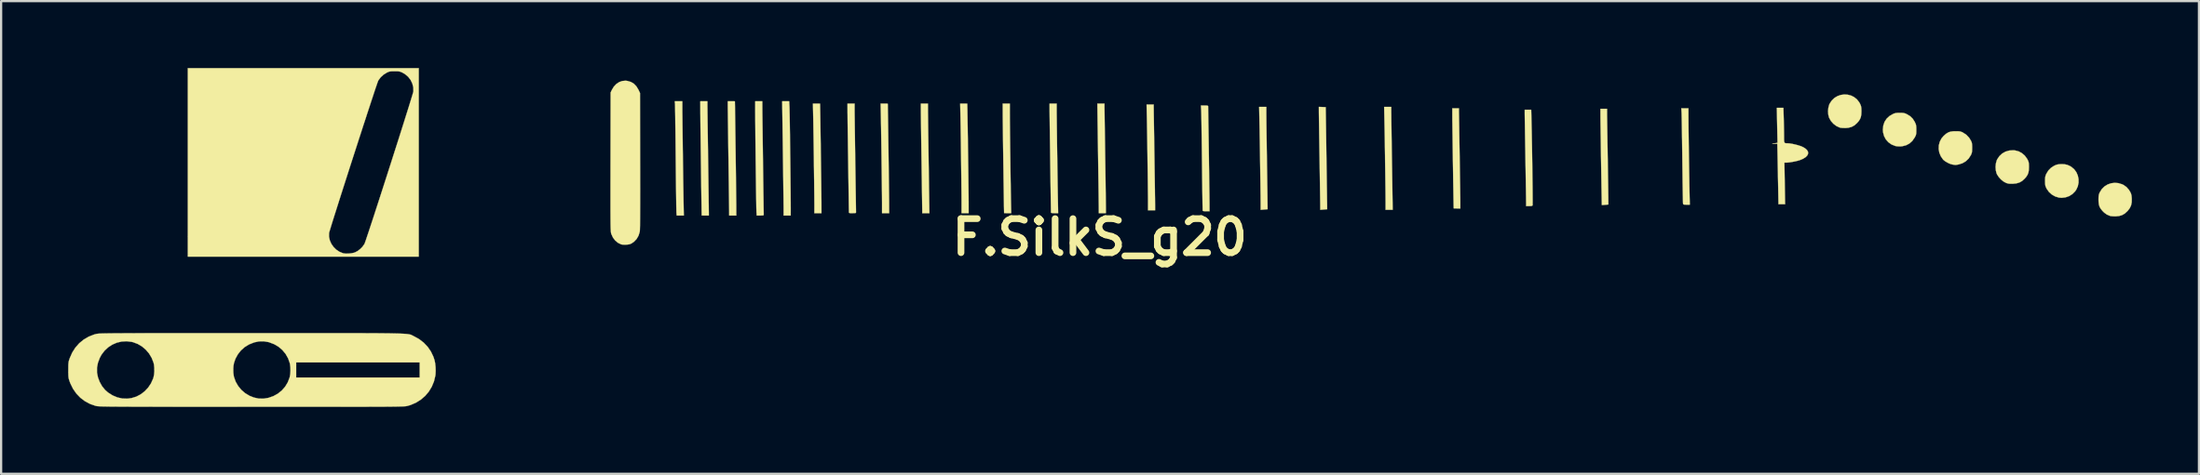
<source format=kicad_pcb>
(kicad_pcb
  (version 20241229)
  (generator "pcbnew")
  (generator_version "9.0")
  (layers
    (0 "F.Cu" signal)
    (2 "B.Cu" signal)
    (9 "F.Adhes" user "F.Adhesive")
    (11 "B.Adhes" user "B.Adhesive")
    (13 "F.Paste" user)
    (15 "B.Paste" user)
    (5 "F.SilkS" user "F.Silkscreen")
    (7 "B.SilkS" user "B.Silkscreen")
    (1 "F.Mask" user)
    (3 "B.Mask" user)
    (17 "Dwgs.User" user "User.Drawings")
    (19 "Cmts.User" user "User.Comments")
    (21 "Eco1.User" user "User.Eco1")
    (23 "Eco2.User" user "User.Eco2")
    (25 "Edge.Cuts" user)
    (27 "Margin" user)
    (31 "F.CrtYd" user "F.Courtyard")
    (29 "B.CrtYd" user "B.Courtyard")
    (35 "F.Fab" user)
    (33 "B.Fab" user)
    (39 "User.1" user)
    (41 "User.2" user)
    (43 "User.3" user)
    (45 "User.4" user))
  (footprint "F.SilkS_g20"
    (layer "F.Cu")
    (at 46.138 7.583)
    (property "Reference" "F.SilkS_g20" (at 0 0 0) (layer "F.SilkS") (effects (font (size 1.524 1.524) (thickness 0.3))))
    (attr through_hole)
    (fp_poly (pts (xy 33.452 -6.39) (xy 33.602 -6.351) (xy 33.741 -6.282) (xy 33.866 -6.182) (xy 33.968 -6.052) (xy 34.012 -5.972) (xy 34.038 -5.91) (xy 34.055 -5.852) (xy 34.064 -5.786) (xy 34.067 -5.698) (xy 34.068 -5.641) (xy 34.062 -5.499) (xy 34.041 -5.385) (xy 34.001 -5.287) (xy 33.938 -5.194) (xy 33.876 -5.123) (xy 33.758 -5.017) (xy 33.63 -4.946) (xy 33.484 -4.907) (xy 33.36 -4.896) (xy 33.239 -4.897) (xy 33.138 -4.907) (xy 33.09 -4.919) (xy 32.944 -4.987) (xy 32.812 -5.089) (xy 32.701 -5.215) (xy 32.623 -5.357) (xy 32.617 -5.372) (xy 32.585 -5.503) (xy 32.575 -5.651) (xy 32.589 -5.8) (xy 32.624 -5.935) (xy 32.646 -5.986) (xy 32.742 -6.129) (xy 32.86 -6.243) (xy 32.995 -6.325) (xy 33.143 -6.377) (xy 33.297 -6.399) (xy 33.452 -6.39)) (stroke (width 0.01) (type solid)) (fill yes) (layer "F.SilkS"))
    (fp_poly (pts (xy 40.941 -3.891) (xy 41.099 -3.85) (xy 41.246 -3.771) (xy 41.373 -3.661) (xy 41.476 -3.522) (xy 41.504 -3.471) (xy 41.531 -3.411) (xy 41.548 -3.357) (xy 41.557 -3.294) (xy 41.56 -3.21) (xy 41.561 -3.143) (xy 41.555 -3.001) (xy 41.534 -2.887) (xy 41.494 -2.79) (xy 41.431 -2.696) (xy 41.369 -2.626) (xy 41.255 -2.522) (xy 41.133 -2.453) (xy 40.994 -2.413) (xy 40.842 -2.398) (xy 40.736 -2.397) (xy 40.657 -2.403) (xy 40.59 -2.418) (xy 40.535 -2.437) (xy 40.419 -2.5) (xy 40.306 -2.593) (xy 40.207 -2.703) (xy 40.132 -2.82) (xy 40.111 -2.868) (xy 40.078 -3.004) (xy 40.068 -3.155) (xy 40.082 -3.306) (xy 40.119 -3.442) (xy 40.139 -3.488) (xy 40.238 -3.636) (xy 40.363 -3.753) (xy 40.511 -3.837) (xy 40.678 -3.886) (xy 40.859 -3.898) (xy 40.941 -3.891)) (stroke (width 0.01) (type solid)) (fill yes) (layer "F.SilkS"))
    (fp_poly (pts (xy 43.141 -3.274) (xy 43.278 -3.244) (xy 43.409 -3.185) (xy 43.463 -3.151) (xy 43.587 -3.045) (xy 43.682 -2.914) (xy 43.746 -2.766) (xy 43.779 -2.607) (xy 43.779 -2.443) (xy 43.746 -2.283) (xy 43.678 -2.133) (xy 43.625 -2.057) (xy 43.502 -1.934) (xy 43.356 -1.843) (xy 43.194 -1.787) (xy 43.023 -1.768) (xy 42.902 -1.778) (xy 42.737 -1.827) (xy 42.586 -1.913) (xy 42.456 -2.029) (xy 42.356 -2.171) (xy 42.343 -2.195) (xy 42.313 -2.26) (xy 42.295 -2.316) (xy 42.285 -2.38) (xy 42.282 -2.464) (xy 42.281 -2.519) (xy 42.282 -2.621) (xy 42.289 -2.696) (xy 42.303 -2.756) (xy 42.326 -2.818) (xy 42.336 -2.839) (xy 42.427 -2.99) (xy 42.546 -3.111) (xy 42.677 -3.197) (xy 42.757 -3.236) (xy 42.829 -3.259) (xy 42.911 -3.272) (xy 42.982 -3.277) (xy 43.141 -3.274)) (stroke (width 0.01) (type solid)) (fill yes) (layer "F.SilkS"))
    (fp_poly (pts (xy 45.564 -2.425) (xy 45.731 -2.373) (xy 45.79 -2.344) (xy 45.923 -2.251) (xy 46.034 -2.125) (xy 46.102 -2.011) (xy 46.13 -1.944) (xy 46.148 -1.866) (xy 46.158 -1.764) (xy 46.16 -1.725) (xy 46.157 -1.564) (xy 46.129 -1.429) (xy 46.073 -1.308) (xy 45.985 -1.191) (xy 45.971 -1.176) (xy 45.854 -1.067) (xy 45.73 -0.994) (xy 45.59 -0.952) (xy 45.447 -0.938) (xy 45.325 -0.939) (xy 45.224 -0.949) (xy 45.177 -0.961) (xy 45.043 -1.019) (xy 44.924 -1.106) (xy 44.853 -1.176) (xy 44.774 -1.272) (xy 44.72 -1.366) (xy 44.689 -1.468) (xy 44.675 -1.592) (xy 44.672 -1.683) (xy 44.674 -1.787) (xy 44.68 -1.863) (xy 44.692 -1.923) (xy 44.713 -1.98) (xy 44.727 -2.011) (xy 44.818 -2.157) (xy 44.936 -2.275) (xy 45.076 -2.363) (xy 45.23 -2.418) (xy 45.395 -2.44) (xy 45.564 -2.425)) (stroke (width 0.01) (type solid)) (fill yes) (layer "F.SilkS"))
    (fp_poly (pts (xy 35.884 -5.575) (xy 35.958 -5.567) (xy 36.021 -5.551) (xy 36.086 -5.523) (xy 36.089 -5.522) (xy 36.24 -5.432) (xy 36.358 -5.319) (xy 36.449 -5.178) (xy 36.453 -5.169) (xy 36.486 -5.1) (xy 36.506 -5.043) (xy 36.517 -4.985) (xy 36.522 -4.911) (xy 36.523 -4.816) (xy 36.522 -4.716) (xy 36.518 -4.646) (xy 36.507 -4.592) (xy 36.487 -4.54) (xy 36.455 -4.478) (xy 36.45 -4.47) (xy 36.347 -4.32) (xy 36.219 -4.204) (xy 36.069 -4.124) (xy 35.898 -4.08) (xy 35.83 -4.073) (xy 35.724 -4.072) (xy 35.626 -4.082) (xy 35.58 -4.092) (xy 35.413 -4.159) (xy 35.272 -4.259) (xy 35.16 -4.385) (xy 35.081 -4.536) (xy 35.036 -4.705) (xy 35.028 -4.826) (xy 35.047 -5.01) (xy 35.103 -5.173) (xy 35.195 -5.314) (xy 35.322 -5.433) (xy 35.474 -5.522) (xy 35.542 -5.55) (xy 35.606 -5.567) (xy 35.681 -5.575) (xy 35.782 -5.577) (xy 35.884 -5.575)) (stroke (width 0.01) (type solid)) (fill yes) (layer "F.SilkS"))
    (fp_poly (pts (xy 38.382 -4.751) (xy 38.454 -4.746) (xy 38.511 -4.734) (xy 38.565 -4.714) (xy 38.611 -4.691) (xy 38.76 -4.593) (xy 38.884 -4.462) (xy 38.961 -4.339) (xy 38.989 -4.28) (xy 39.007 -4.227) (xy 39.016 -4.168) (xy 39.02 -4.089) (xy 39.021 -4.011) (xy 39.019 -3.908) (xy 39.014 -3.834) (xy 39.002 -3.776) (xy 38.981 -3.72) (xy 38.964 -3.683) (xy 38.866 -3.53) (xy 38.74 -3.408) (xy 38.588 -3.318) (xy 38.416 -3.263) (xy 38.407 -3.262) (xy 38.337 -3.249) (xy 38.288 -3.243) (xy 38.245 -3.244) (xy 38.19 -3.252) (xy 38.138 -3.26) (xy 38.039 -3.288) (xy 37.929 -3.337) (xy 37.824 -3.398) (xy 37.74 -3.463) (xy 37.718 -3.486) (xy 37.618 -3.63) (xy 37.553 -3.788) (xy 37.524 -3.952) (xy 37.53 -4.118) (xy 37.572 -4.279) (xy 37.648 -4.427) (xy 37.753 -4.551) (xy 37.854 -4.638) (xy 37.948 -4.696) (xy 38.048 -4.732) (xy 38.166 -4.749) (xy 38.28 -4.752) (xy 38.382 -4.751)) (stroke (width 0.01) (type solid)) (fill yes) (layer "F.SilkS"))
    (fp_poly (pts (xy 10.107 -5.831) (xy 10.14 -3.545) (xy 10.144 -3.238) (xy 10.149 -2.943) (xy 10.153 -2.663) (xy 10.156 -2.4) (xy 10.16 -2.157) (xy 10.163 -1.938) (xy 10.165 -1.744) (xy 10.168 -1.579) (xy 10.17 -1.445) (xy 10.171 -1.345) (xy 10.172 -1.281) (xy 10.172 -1.257) (xy 10.172 -1.257) (xy 10.152 -1.254) (xy 10.1 -1.249) (xy 10.028 -1.243) (xy 10.017 -1.242) (xy 9.864 -1.23) (xy 9.863 -1.393) (xy 9.863 -1.438) (xy 9.862 -1.522) (xy 9.86 -1.641) (xy 9.858 -1.793) (xy 9.855 -1.975) (xy 9.852 -2.182) (xy 9.849 -2.412) (xy 9.845 -2.662) (xy 9.841 -2.928) (xy 9.837 -3.206) (xy 9.832 -3.494) (xy 9.832 -3.524) (xy 9.827 -3.814) (xy 9.823 -4.094) (xy 9.819 -4.362) (xy 9.815 -4.614) (xy 9.812 -4.848) (xy 9.809 -5.059) (xy 9.806 -5.244) (xy 9.804 -5.401) (xy 9.802 -5.526) (xy 9.801 -5.615) (xy 9.801 -5.666) (xy 9.801 -5.668) (xy 9.8 -5.844) (xy 10.107 -5.831)) (stroke (width 0.01) (type solid)) (fill yes) (layer "F.SilkS"))
    (fp_poly (pts (xy -1.926 -5.699) (xy -1.926 -5.619) (xy -1.925 -5.501) (xy -1.923 -5.349) (xy -1.921 -5.167) (xy -1.919 -4.959) (xy -1.916 -4.729) (xy -1.913 -4.482) (xy -1.91 -4.22) (xy -1.906 -3.949) (xy -1.902 -3.673) (xy -1.898 -3.395) (xy -1.894 -3.12) (xy -1.89 -2.852) (xy -1.886 -2.595) (xy -1.883 -2.352) (xy -1.879 -2.129) (xy -1.876 -1.929) (xy -1.873 -1.773) (xy -1.86 -1.079) (xy -2.02 -1.079) (xy -2.11 -1.082) (xy -2.162 -1.09) (xy -2.18 -1.104) (xy -2.181 -1.106) (xy -2.183 -1.274) (xy -2.186 -1.469) (xy -2.19 -1.688) (xy -2.193 -1.927) (xy -2.197 -2.182) (xy -2.201 -2.451) (xy -2.205 -2.73) (xy -2.209 -3.014) (xy -2.213 -3.302) (xy -2.217 -3.588) (xy -2.22 -3.87) (xy -2.224 -4.145) (xy -2.228 -4.408) (xy -2.231 -4.656) (xy -2.234 -4.886) (xy -2.237 -5.094) (xy -2.239 -5.276) (xy -2.241 -5.43) (xy -2.242 -5.551) (xy -2.243 -5.637) (xy -2.243 -5.678) (xy -2.244 -5.99) (xy -1.926 -5.99) (xy -1.926 -5.699)) (stroke (width 0.01) (type solid)) (fill yes) (layer "F.SilkS"))
    (fp_poly (pts (xy 2.413 -5.837) (xy 2.414 -5.8) (xy 2.415 -5.724) (xy 2.416 -5.612) (xy 2.418 -5.466) (xy 2.421 -5.291) (xy 2.424 -5.089) (xy 2.427 -4.864) (xy 2.431 -4.617) (xy 2.435 -4.353) (xy 2.439 -4.075) (xy 2.443 -3.785) (xy 2.445 -3.683) (xy 2.449 -3.387) (xy 2.453 -3.1) (xy 2.457 -2.824) (xy 2.461 -2.563) (xy 2.465 -2.321) (xy 2.468 -2.1) (xy 2.47 -1.904) (xy 2.473 -1.736) (xy 2.474 -1.599) (xy 2.475 -1.498) (xy 2.476 -1.434) (xy 2.476 -1.423) (xy 2.477 -1.206) (xy 2.159 -1.206) (xy 2.159 -1.582) (xy 2.159 -1.677) (xy 2.158 -1.81) (xy 2.156 -1.976) (xy 2.154 -2.171) (xy 2.152 -2.39) (xy 2.149 -2.63) (xy 2.146 -2.886) (xy 2.142 -3.153) (xy 2.138 -3.427) (xy 2.135 -3.703) (xy 2.131 -3.977) (xy 2.127 -4.245) (xy 2.123 -4.502) (xy 2.119 -4.744) (xy 2.115 -4.966) (xy 2.112 -5.164) (xy 2.109 -5.333) (xy 2.107 -5.413) (xy 2.096 -5.948) (xy 2.413 -5.948) (xy 2.413 -5.837)) (stroke (width 0.01) (type solid)) (fill yes) (layer "F.SilkS"))
    (fp_poly (pts (xy 13.039 -5.604) (xy 13.04 -5.548) (xy 13.041 -5.453) (xy 13.042 -5.323) (xy 13.044 -5.16) (xy 13.047 -4.969) (xy 13.05 -4.753) (xy 13.053 -4.514) (xy 13.057 -4.257) (xy 13.061 -3.985) (xy 13.065 -3.702) (xy 13.07 -3.41) (xy 13.07 -3.376) (xy 13.075 -3.088) (xy 13.079 -2.81) (xy 13.083 -2.547) (xy 13.087 -2.3) (xy 13.09 -2.074) (xy 13.093 -1.871) (xy 13.096 -1.694) (xy 13.098 -1.546) (xy 13.1 -1.431) (xy 13.101 -1.352) (xy 13.102 -1.311) (xy 13.102 -1.307) (xy 13.102 -1.228) (xy 12.785 -1.228) (xy 12.785 -1.58) (xy 12.784 -1.673) (xy 12.783 -1.803) (xy 12.782 -1.967) (xy 12.78 -2.16) (xy 12.777 -2.377) (xy 12.774 -2.614) (xy 12.771 -2.867) (xy 12.767 -3.13) (xy 12.763 -3.4) (xy 12.76 -3.672) (xy 12.756 -3.942) (xy 12.752 -4.204) (xy 12.748 -4.455) (xy 12.744 -4.691) (xy 12.74 -4.905) (xy 12.736 -5.095) (xy 12.733 -5.256) (xy 12.732 -5.308) (xy 12.721 -5.842) (xy 13.039 -5.842) (xy 13.039 -5.604)) (stroke (width 0.01) (type solid)) (fill yes) (layer "F.SilkS"))
    (fp_poly (pts (xy 7.451 -5.487) (xy 7.452 -5.413) (xy 7.453 -5.3) (xy 7.454 -5.153) (xy 7.456 -4.974) (xy 7.459 -4.767) (xy 7.462 -4.537) (xy 7.466 -4.287) (xy 7.469 -4.021) (xy 7.473 -3.743) (xy 7.478 -3.455) (xy 7.481 -3.196) (xy 7.486 -2.914) (xy 7.49 -2.644) (xy 7.493 -2.389) (xy 7.497 -2.153) (xy 7.5 -1.937) (xy 7.502 -1.746) (xy 7.504 -1.582) (xy 7.506 -1.449) (xy 7.507 -1.348) (xy 7.508 -1.283) (xy 7.507 -1.258) (xy 7.507 -1.257) (xy 7.486 -1.254) (xy 7.433 -1.249) (xy 7.36 -1.243) (xy 7.35 -1.242) (xy 7.197 -1.23) (xy 7.197 -1.52) (xy 7.196 -1.601) (xy 7.195 -1.72) (xy 7.194 -1.873) (xy 7.191 -2.056) (xy 7.189 -2.264) (xy 7.186 -2.493) (xy 7.182 -2.738) (xy 7.179 -2.996) (xy 7.175 -3.263) (xy 7.171 -3.533) (xy 7.167 -3.803) (xy 7.163 -4.068) (xy 7.159 -4.325) (xy 7.154 -4.568) (xy 7.151 -4.794) (xy 7.147 -4.998) (xy 7.143 -5.177) (xy 7.143 -5.191) (xy 7.13 -5.842) (xy 7.451 -5.842) (xy 7.451 -5.487)) (stroke (width 0.01) (type solid)) (fill yes) (layer "F.SilkS"))
    (fp_poly (pts (xy -18.669 -5.772) (xy -18.669 -5.687) (xy -18.668 -5.563) (xy -18.666 -5.405) (xy -18.664 -5.218) (xy -18.662 -5.004) (xy -18.659 -4.768) (xy -18.656 -4.514) (xy -18.653 -4.247) (xy -18.65 -3.97) (xy -18.646 -3.688) (xy -18.642 -3.404) (xy -18.638 -3.123) (xy -18.634 -2.848) (xy -18.631 -2.584) (xy -18.627 -2.336) (xy -18.623 -2.106) (xy -18.62 -1.899) (xy -18.617 -1.719) (xy -18.616 -1.656) (xy -18.603 -0.974) (xy -18.92 -0.974) (xy -18.931 -1.064) (xy -18.933 -1.096) (xy -18.935 -1.169) (xy -18.937 -1.278) (xy -18.94 -1.421) (xy -18.942 -1.595) (xy -18.945 -1.797) (xy -18.948 -2.024) (xy -18.952 -2.275) (xy -18.955 -2.545) (xy -18.958 -2.831) (xy -18.961 -3.132) (xy -18.964 -3.445) (xy -18.965 -3.514) (xy -18.968 -3.829) (xy -18.971 -4.133) (xy -18.974 -4.424) (xy -18.977 -4.7) (xy -18.981 -4.956) (xy -18.984 -5.19) (xy -18.986 -5.4) (xy -18.989 -5.583) (xy -18.992 -5.735) (xy -18.994 -5.854) (xy -18.996 -5.937) (xy -18.997 -5.981) (xy -18.998 -5.985) (xy -19.008 -6.096) (xy -18.669 -6.096) (xy -18.669 -5.772)) (stroke (width 0.01) (type solid)) (fill yes) (layer "F.SilkS"))
    (fp_poly (pts (xy -4.022 -5.572) (xy -4.021 -5.475) (xy -4.021 -5.34) (xy -4.019 -5.171) (xy -4.017 -4.973) (xy -4.015 -4.75) (xy -4.012 -4.507) (xy -4.009 -4.247) (xy -4.006 -3.976) (xy -4.002 -3.697) (xy -3.998 -3.416) (xy -3.995 -3.135) (xy -3.991 -2.86) (xy -3.987 -2.596) (xy -3.983 -2.345) (xy -3.98 -2.114) (xy -3.976 -1.905) (xy -3.973 -1.725) (xy -3.97 -1.582) (xy -3.96 -1.079) (xy -4.118 -1.079) (xy -4.194 -1.08) (xy -4.25 -1.082) (xy -4.276 -1.084) (xy -4.277 -1.085) (xy -4.278 -1.108) (xy -4.279 -1.17) (xy -4.281 -1.267) (xy -4.284 -1.396) (xy -4.286 -1.555) (xy -4.289 -1.738) (xy -4.292 -1.944) (xy -4.295 -2.168) (xy -4.299 -2.407) (xy -4.303 -2.658) (xy -4.306 -2.917) (xy -4.31 -3.181) (xy -4.314 -3.447) (xy -4.317 -3.711) (xy -4.321 -3.97) (xy -4.324 -4.22) (xy -4.327 -4.458) (xy -4.33 -4.681) (xy -4.332 -4.885) (xy -4.334 -5.066) (xy -4.336 -5.222) (xy -4.337 -5.349) (xy -4.338 -5.443) (xy -4.338 -5.487) (xy -4.339 -5.99) (xy -4.022 -5.99) (xy -4.022 -5.572)) (stroke (width 0.01) (type solid)) (fill yes) (layer "F.SilkS"))
    (fp_poly (pts (xy 19.312 -5.159) (xy 19.316 -4.972) (xy 19.321 -4.763) (xy 19.325 -4.538) (xy 19.329 -4.298) (xy 19.334 -4.048) (xy 19.338 -3.792) (xy 19.342 -3.532) (xy 19.346 -3.272) (xy 19.349 -3.016) (xy 19.352 -2.767) (xy 19.355 -2.529) (xy 19.358 -2.305) (xy 19.36 -2.098) (xy 19.361 -1.913) (xy 19.362 -1.753) (xy 19.363 -1.621) (xy 19.362 -1.521) (xy 19.362 -1.456) (xy 19.36 -1.429) (xy 19.36 -1.429) (xy 19.341 -1.411) (xy 19.297 -1.4) (xy 19.22 -1.397) (xy 19.209 -1.397) (xy 19.071 -1.397) (xy 19.071 -1.55) (xy 19.07 -1.595) (xy 19.069 -1.678) (xy 19.068 -1.796) (xy 19.065 -1.947) (xy 19.063 -2.127) (xy 19.059 -2.332) (xy 19.056 -2.559) (xy 19.052 -2.806) (xy 19.048 -3.067) (xy 19.043 -3.341) (xy 19.039 -3.567) (xy 19.035 -3.847) (xy 19.03 -4.118) (xy 19.026 -4.377) (xy 19.022 -4.618) (xy 19.019 -4.841) (xy 19.016 -5.04) (xy 19.013 -5.213) (xy 19.011 -5.356) (xy 19.009 -5.467) (xy 19.008 -5.541) (xy 19.008 -5.572) (xy 19.008 -5.715) (xy 19.299 -5.715) (xy 19.312 -5.159)) (stroke (width 0.01) (type solid)) (fill yes) (layer "F.SilkS"))
    (fp_poly (pts (xy -12.592 -5.99) (xy -12.536 -5.988) (xy -12.509 -5.985) (xy -12.509 -5.985) (xy -12.508 -5.961) (xy -12.507 -5.899) (xy -12.505 -5.801) (xy -12.503 -5.67) (xy -12.5 -5.511) (xy -12.497 -5.326) (xy -12.494 -5.12) (xy -12.491 -4.894) (xy -12.488 -4.654) (xy -12.484 -4.401) (xy -12.48 -4.14) (xy -12.477 -3.874) (xy -12.473 -3.606) (xy -12.469 -3.339) (xy -12.466 -3.077) (xy -12.462 -2.824) (xy -12.459 -2.583) (xy -12.456 -2.356) (xy -12.454 -2.148) (xy -12.451 -1.962) (xy -12.45 -1.802) (xy -12.448 -1.669) (xy -12.447 -1.569) (xy -12.447 -1.504) (xy -12.447 -1.498) (xy -12.446 -1.079) (xy -12.764 -1.079) (xy -12.763 -1.445) (xy -12.764 -1.537) (xy -12.765 -1.667) (xy -12.766 -1.832) (xy -12.768 -2.025) (xy -12.771 -2.244) (xy -12.773 -2.484) (xy -12.777 -2.74) (xy -12.78 -3.008) (xy -12.784 -3.285) (xy -12.787 -3.565) (xy -12.791 -3.844) (xy -12.795 -4.119) (xy -12.799 -4.384) (xy -12.803 -4.635) (xy -12.807 -4.869) (xy -12.81 -5.081) (xy -12.813 -5.267) (xy -12.816 -5.403) (xy -12.828 -5.99) (xy -12.669 -5.99) (xy -12.592 -5.99)) (stroke (width 0.01) (type solid)) (fill yes) (layer "F.SilkS"))
    (fp_poly (pts (xy -6.008 -5.99) (xy -5.952 -5.988) (xy -5.926 -5.985) (xy -5.925 -5.985) (xy -5.924 -5.962) (xy -5.923 -5.901) (xy -5.921 -5.803) (xy -5.918 -5.674) (xy -5.916 -5.516) (xy -5.913 -5.333) (xy -5.91 -5.128) (xy -5.906 -4.904) (xy -5.903 -4.666) (xy -5.899 -4.415) (xy -5.896 -4.156) (xy -5.892 -3.893) (xy -5.888 -3.628) (xy -5.885 -3.365) (xy -5.881 -3.107) (xy -5.878 -2.858) (xy -5.875 -2.621) (xy -5.873 -2.4) (xy -5.87 -2.198) (xy -5.868 -2.018) (xy -5.866 -1.863) (xy -5.865 -1.738) (xy -5.865 -1.646) (xy -5.864 -1.614) (xy -5.863 -1.079) (xy -6.181 -1.079) (xy -6.181 -1.508) (xy -6.181 -1.609) (xy -6.182 -1.747) (xy -6.183 -1.919) (xy -6.185 -2.121) (xy -6.188 -2.346) (xy -6.19 -2.592) (xy -6.193 -2.854) (xy -6.197 -3.126) (xy -6.2 -3.406) (xy -6.204 -3.688) (xy -6.208 -3.968) (xy -6.211 -4.242) (xy -6.215 -4.505) (xy -6.219 -4.752) (xy -6.222 -4.98) (xy -6.226 -5.184) (xy -6.229 -5.359) (xy -6.232 -5.501) (xy -6.232 -5.519) (xy -6.242 -5.99) (xy -6.084 -5.99) (xy -6.008 -5.99)) (stroke (width 0.01) (type solid)) (fill yes) (layer "F.SilkS"))
    (fp_poly (pts (xy 26.331 -5.403) (xy 26.332 -5.308) (xy 26.333 -5.176) (xy 26.334 -5.011) (xy 26.336 -4.818) (xy 26.339 -4.601) (xy 26.342 -4.366) (xy 26.345 -4.116) (xy 26.349 -3.857) (xy 26.353 -3.594) (xy 26.357 -3.33) (xy 26.361 -3.071) (xy 26.365 -2.821) (xy 26.369 -2.586) (xy 26.372 -2.369) (xy 26.376 -2.176) (xy 26.379 -2.012) (xy 26.382 -1.88) (xy 26.382 -1.868) (xy 26.392 -1.46) (xy 26.246 -1.46) (xy 26.168 -1.462) (xy 26.123 -1.467) (xy 26.101 -1.48) (xy 26.091 -1.503) (xy 26.09 -1.508) (xy 26.088 -1.536) (xy 26.086 -1.603) (xy 26.084 -1.706) (xy 26.081 -1.843) (xy 26.078 -2.009) (xy 26.075 -2.203) (xy 26.071 -2.42) (xy 26.068 -2.659) (xy 26.065 -2.915) (xy 26.061 -3.187) (xy 26.058 -3.47) (xy 26.057 -3.503) (xy 26.054 -3.791) (xy 26.05 -4.069) (xy 26.047 -4.335) (xy 26.043 -4.584) (xy 26.039 -4.815) (xy 26.036 -5.024) (xy 26.033 -5.206) (xy 26.03 -5.36) (xy 26.027 -5.481) (xy 26.025 -5.567) (xy 26.023 -5.613) (xy 26.023 -5.614) (xy 26.011 -5.779) (xy 26.331 -5.779) (xy 26.331 -5.403)) (stroke (width 0.01) (type solid)) (fill yes) (layer "F.SilkS"))
    (fp_poly (pts (xy -13.878 -5.858) (xy -13.876 -5.805) (xy -13.874 -5.714) (xy -13.871 -5.588) (xy -13.868 -5.43) (xy -13.865 -5.244) (xy -13.862 -5.034) (xy -13.859 -4.804) (xy -13.855 -4.556) (xy -13.852 -4.295) (xy -13.848 -4.023) (xy -13.845 -3.746) (xy -13.841 -3.466) (xy -13.838 -3.187) (xy -13.835 -2.912) (xy -13.832 -2.646) (xy -13.83 -2.391) (xy -13.827 -2.152) (xy -13.825 -1.931) (xy -13.824 -1.734) (xy -13.822 -1.562) (xy -13.822 -1.42) (xy -13.821 -1.312) (xy -13.821 -1.307) (xy -13.822 -0.974) (xy -14.139 -0.974) (xy -14.14 -1.254) (xy -14.14 -1.314) (xy -14.141 -1.413) (xy -14.143 -1.548) (xy -14.144 -1.716) (xy -14.147 -1.913) (xy -14.15 -2.136) (xy -14.153 -2.381) (xy -14.156 -2.647) (xy -14.16 -2.928) (xy -14.164 -3.222) (xy -14.168 -3.527) (xy -14.171 -3.747) (xy -14.175 -4.05) (xy -14.179 -4.343) (xy -14.183 -4.622) (xy -14.187 -4.884) (xy -14.19 -5.126) (xy -14.193 -5.346) (xy -14.196 -5.54) (xy -14.198 -5.706) (xy -14.2 -5.841) (xy -14.201 -5.941) (xy -14.202 -6.005) (xy -14.202 -6.027) (xy -14.203 -6.096) (xy -13.89 -6.096) (xy -13.878 -5.858)) (stroke (width 0.01) (type solid)) (fill yes) (layer "F.SilkS"))
    (fp_poly (pts (xy -9.565 -5.99) (xy -9.509 -5.988) (xy -9.482 -5.985) (xy -9.482 -5.985) (xy -9.481 -5.962) (xy -9.479 -5.899) (xy -9.478 -5.801) (xy -9.476 -5.671) (xy -9.473 -5.513) (xy -9.47 -5.328) (xy -9.467 -5.122) (xy -9.464 -4.897) (xy -9.46 -4.657) (xy -9.457 -4.405) (xy -9.453 -4.144) (xy -9.449 -3.878) (xy -9.446 -3.611) (xy -9.442 -3.345) (xy -9.439 -3.084) (xy -9.435 -2.832) (xy -9.432 -2.591) (xy -9.429 -2.366) (xy -9.427 -2.159) (xy -9.424 -1.974) (xy -9.423 -1.814) (xy -9.421 -1.683) (xy -9.42 -1.584) (xy -9.42 -1.521) (xy -9.42 -1.519) (xy -9.419 -1.079) (xy -9.737 -1.079) (xy -9.737 -1.454) (xy -9.737 -1.548) (xy -9.738 -1.68) (xy -9.739 -1.846) (xy -9.741 -2.042) (xy -9.744 -2.262) (xy -9.747 -2.503) (xy -9.75 -2.76) (xy -9.753 -3.029) (xy -9.757 -3.306) (xy -9.76 -3.586) (xy -9.764 -3.866) (xy -9.768 -4.139) (xy -9.772 -4.404) (xy -9.776 -4.654) (xy -9.779 -4.885) (xy -9.783 -5.094) (xy -9.786 -5.276) (xy -9.789 -5.427) (xy -9.789 -5.435) (xy -9.8 -5.99) (xy -9.641 -5.99) (xy -9.565 -5.99)) (stroke (width 0.01) (type solid)) (fill yes) (layer "F.SilkS"))
    (fp_poly (pts (xy -7.683 -5.71) (xy -7.683 -5.649) (xy -7.682 -5.549) (xy -7.68 -5.413) (xy -7.678 -5.245) (xy -7.676 -5.048) (xy -7.673 -4.826) (xy -7.67 -4.582) (xy -7.666 -4.318) (xy -7.662 -4.039) (xy -7.658 -3.748) (xy -7.654 -3.449) (xy -7.652 -3.313) (xy -7.647 -3.016) (xy -7.643 -2.73) (xy -7.639 -2.459) (xy -7.636 -2.204) (xy -7.632 -1.97) (xy -7.629 -1.759) (xy -7.627 -1.573) (xy -7.624 -1.417) (xy -7.623 -1.292) (xy -7.621 -1.202) (xy -7.621 -1.15) (xy -7.62 -1.138) (xy -7.62 -1.079) (xy -7.938 -1.079) (xy -7.938 -1.148) (xy -7.938 -1.179) (xy -7.939 -1.249) (xy -7.941 -1.355) (xy -7.943 -1.495) (xy -7.945 -1.665) (xy -7.948 -1.863) (xy -7.951 -2.085) (xy -7.955 -2.329) (xy -7.958 -2.592) (xy -7.963 -2.87) (xy -7.967 -3.161) (xy -7.969 -3.334) (xy -7.974 -3.636) (xy -7.978 -3.931) (xy -7.982 -4.215) (xy -7.986 -4.485) (xy -7.989 -4.737) (xy -7.992 -4.969) (xy -7.995 -5.176) (xy -7.997 -5.356) (xy -7.999 -5.506) (xy -8 -5.621) (xy -8 -5.698) (xy -8.001 -5.72) (xy -8.001 -5.99) (xy -7.684 -5.99) (xy -7.683 -5.71)) (stroke (width 0.01) (type solid)) (fill yes) (layer "F.SilkS"))
    (fp_poly (pts (xy 0.212 -5.879) (xy 0.212 -5.843) (xy 0.213 -5.767) (xy 0.215 -5.655) (xy 0.217 -5.509) (xy 0.219 -5.334) (xy 0.222 -5.131) (xy 0.225 -4.904) (xy 0.229 -4.657) (xy 0.233 -4.391) (xy 0.237 -4.11) (xy 0.241 -3.817) (xy 0.243 -3.651) (xy 0.248 -3.35) (xy 0.252 -3.057) (xy 0.256 -2.776) (xy 0.26 -2.509) (xy 0.263 -2.26) (xy 0.266 -2.033) (xy 0.269 -1.83) (xy 0.271 -1.654) (xy 0.273 -1.51) (xy 0.274 -1.4) (xy 0.275 -1.328) (xy 0.275 -1.307) (xy 0.275 -1.079) (xy -0.042 -1.079) (xy -0.043 -1.318) (xy -0.043 -1.372) (xy -0.044 -1.466) (xy -0.046 -1.596) (xy -0.048 -1.758) (xy -0.05 -1.95) (xy -0.053 -2.167) (xy -0.056 -2.407) (xy -0.06 -2.667) (xy -0.064 -2.942) (xy -0.068 -3.231) (xy -0.072 -3.529) (xy -0.074 -3.672) (xy -0.078 -3.97) (xy -0.083 -4.258) (xy -0.087 -4.532) (xy -0.09 -4.789) (xy -0.094 -5.027) (xy -0.097 -5.242) (xy -0.099 -5.432) (xy -0.102 -5.593) (xy -0.103 -5.723) (xy -0.105 -5.818) (xy -0.105 -5.875) (xy -0.105 -5.89) (xy -0.106 -5.99) (xy 0.212 -5.99) (xy 0.212 -5.879)) (stroke (width 0.01) (type solid)) (fill yes) (layer "F.SilkS"))
    (fp_poly (pts (xy 16.066 -5.678) (xy 16.066 -5.642) (xy 16.067 -5.567) (xy 16.069 -5.457) (xy 16.071 -5.313) (xy 16.074 -5.14) (xy 16.077 -4.94) (xy 16.08 -4.718) (xy 16.084 -4.475) (xy 16.088 -4.215) (xy 16.093 -3.942) (xy 16.097 -3.662) (xy 16.102 -3.375) (xy 16.106 -3.096) (xy 16.11 -2.828) (xy 16.114 -2.576) (xy 16.118 -2.341) (xy 16.121 -2.129) (xy 16.123 -1.942) (xy 16.126 -1.783) (xy 16.127 -1.657) (xy 16.128 -1.567) (xy 16.128 -1.519) (xy 16.129 -1.291) (xy 15.981 -1.291) (xy 15.908 -1.292) (xy 15.854 -1.294) (xy 15.832 -1.296) (xy 15.831 -1.296) (xy 15.831 -1.32) (xy 15.829 -1.382) (xy 15.827 -1.479) (xy 15.825 -1.608) (xy 15.822 -1.765) (xy 15.819 -1.947) (xy 15.816 -2.149) (xy 15.812 -2.369) (xy 15.808 -2.604) (xy 15.805 -2.848) (xy 15.801 -3.099) (xy 15.797 -3.354) (xy 15.793 -3.608) (xy 15.789 -3.859) (xy 15.786 -4.102) (xy 15.783 -4.335) (xy 15.78 -4.553) (xy 15.777 -4.752) (xy 15.775 -4.931) (xy 15.773 -5.084) (xy 15.771 -5.209) (xy 15.77 -5.301) (xy 15.77 -5.35) (xy 15.769 -5.779) (xy 16.066 -5.779) (xy 16.066 -5.678)) (stroke (width 0.01) (type solid)) (fill yes) (layer "F.SilkS"))
    (fp_poly (pts (xy -15.091 -5.773) (xy -15.091 -5.723) (xy -15.09 -5.634) (xy -15.089 -5.51) (xy -15.087 -5.353) (xy -15.085 -5.169) (xy -15.082 -4.959) (xy -15.079 -4.729) (xy -15.076 -4.48) (xy -15.073 -4.217) (xy -15.069 -3.944) (xy -15.066 -3.663) (xy -15.062 -3.378) (xy -15.058 -3.093) (xy -15.054 -2.811) (xy -15.051 -2.535) (xy -15.047 -2.27) (xy -15.044 -2.018) (xy -15.04 -1.784) (xy -15.037 -1.57) (xy -15.035 -1.381) (xy -15.032 -1.219) (xy -15.03 -1.088) (xy -15.029 -1) (xy -15.044 -0.985) (xy -15.091 -0.977) (xy -15.177 -0.974) (xy -15.185 -0.974) (xy -15.342 -0.974) (xy -15.354 -1.127) (xy -15.355 -1.168) (xy -15.357 -1.247) (xy -15.36 -1.362) (xy -15.362 -1.509) (xy -15.365 -1.684) (xy -15.368 -1.884) (xy -15.372 -2.106) (xy -15.375 -2.346) (xy -15.378 -2.601) (xy -15.382 -2.867) (xy -15.385 -3.141) (xy -15.389 -3.419) (xy -15.392 -3.697) (xy -15.395 -3.974) (xy -15.398 -4.244) (xy -15.401 -4.505) (xy -15.403 -4.752) (xy -15.405 -4.984) (xy -15.407 -5.195) (xy -15.408 -5.383) (xy -15.409 -5.545) (xy -15.41 -5.676) (xy -15.41 -5.741) (xy -15.409 -6.096) (xy -15.092 -6.096) (xy -15.091 -5.773)) (stroke (width 0.01) (type solid)) (fill yes) (layer "F.SilkS"))
    (fp_poly (pts (xy 4.777 -5.903) (xy 4.829 -5.895) (xy 4.847 -5.881) (xy 4.848 -5.879) (xy 4.85 -5.737) (xy 4.853 -5.566) (xy 4.856 -5.368) (xy 4.859 -5.148) (xy 4.863 -4.909) (xy 4.867 -4.655) (xy 4.871 -4.389) (xy 4.875 -4.115) (xy 4.879 -3.837) (xy 4.883 -3.558) (xy 4.886 -3.282) (xy 4.89 -3.012) (xy 4.894 -2.752) (xy 4.897 -2.506) (xy 4.9 -2.277) (xy 4.903 -2.069) (xy 4.906 -1.885) (xy 4.907 -1.729) (xy 4.909 -1.605) (xy 4.91 -1.516) (xy 4.91 -1.466) (xy 4.911 -1.164) (xy 4.762 -1.164) (xy 4.67 -1.168) (xy 4.618 -1.179) (xy 4.605 -1.191) (xy 4.604 -1.215) (xy 4.602 -1.279) (xy 4.6 -1.379) (xy 4.597 -1.514) (xy 4.595 -1.679) (xy 4.592 -1.872) (xy 4.589 -2.09) (xy 4.586 -2.331) (xy 4.582 -2.59) (xy 4.579 -2.867) (xy 4.576 -3.157) (xy 4.574 -3.355) (xy 4.57 -3.657) (xy 4.567 -3.951) (xy 4.563 -4.232) (xy 4.56 -4.499) (xy 4.556 -4.747) (xy 4.553 -4.974) (xy 4.55 -5.177) (xy 4.547 -5.351) (xy 4.544 -5.495) (xy 4.541 -5.604) (xy 4.539 -5.677) (xy 4.538 -5.699) (xy 4.526 -5.905) (xy 4.687 -5.905) (xy 4.777 -5.903)) (stroke (width 0.01) (type solid)) (fill yes) (layer "F.SilkS"))
    (fp_poly (pts (xy 22.691 -5.551) (xy 22.691 -5.499) (xy 22.692 -5.409) (xy 22.694 -5.283) (xy 22.696 -5.125) (xy 22.699 -4.938) (xy 22.702 -4.725) (xy 22.706 -4.491) (xy 22.709 -4.238) (xy 22.714 -3.971) (xy 22.718 -3.691) (xy 22.723 -3.41) (xy 22.727 -3.127) (xy 22.731 -2.857) (xy 22.735 -2.603) (xy 22.739 -2.366) (xy 22.742 -2.151) (xy 22.744 -1.96) (xy 22.747 -1.796) (xy 22.748 -1.662) (xy 22.749 -1.561) (xy 22.749 -1.496) (xy 22.749 -1.471) (xy 22.749 -1.47) (xy 22.727 -1.466) (xy 22.677 -1.461) (xy 22.612 -1.455) (xy 22.545 -1.449) (xy 22.49 -1.446) (xy 22.46 -1.445) (xy 22.457 -1.445) (xy 22.456 -1.469) (xy 22.455 -1.532) (xy 22.453 -1.63) (xy 22.451 -1.759) (xy 22.448 -1.916) (xy 22.445 -2.098) (xy 22.441 -2.3) (xy 22.438 -2.519) (xy 22.434 -2.752) (xy 22.43 -2.995) (xy 22.426 -3.244) (xy 22.422 -3.495) (xy 22.418 -3.746) (xy 22.414 -3.992) (xy 22.411 -4.231) (xy 22.408 -4.457) (xy 22.404 -4.668) (xy 22.402 -4.86) (xy 22.399 -5.03) (xy 22.397 -5.173) (xy 22.396 -5.287) (xy 22.395 -5.368) (xy 22.395 -5.403) (xy 22.394 -5.757) (xy 22.691 -5.757) (xy 22.691 -5.551)) (stroke (width 0.01) (type solid)) (fill yes) (layer "F.SilkS"))
    (fp_poly (pts (xy -17.547 -5.868) (xy -17.546 -5.816) (xy -17.545 -5.724) (xy -17.544 -5.596) (xy -17.542 -5.436) (xy -17.54 -5.246) (xy -17.537 -5.029) (xy -17.534 -4.788) (xy -17.53 -4.528) (xy -17.527 -4.25) (xy -17.523 -3.959) (xy -17.519 -3.657) (xy -17.515 -3.418) (xy -17.511 -3.113) (xy -17.507 -2.818) (xy -17.503 -2.536) (xy -17.5 -2.27) (xy -17.496 -2.023) (xy -17.493 -1.799) (xy -17.491 -1.6) (xy -17.488 -1.429) (xy -17.487 -1.288) (xy -17.485 -1.182) (xy -17.484 -1.112) (xy -17.484 -1.085) (xy -17.484 -0.974) (xy -17.642 -0.974) (xy -17.719 -0.974) (xy -17.775 -0.976) (xy -17.802 -0.978) (xy -17.803 -0.979) (xy -17.804 -1.002) (xy -17.805 -1.063) (xy -17.807 -1.161) (xy -17.809 -1.291) (xy -17.811 -1.449) (xy -17.814 -1.634) (xy -17.817 -1.841) (xy -17.82 -2.067) (xy -17.824 -2.308) (xy -17.827 -2.562) (xy -17.831 -2.826) (xy -17.834 -3.095) (xy -17.838 -3.366) (xy -17.841 -3.636) (xy -17.845 -3.903) (xy -17.848 -4.162) (xy -17.851 -4.409) (xy -17.854 -4.643) (xy -17.857 -4.859) (xy -17.859 -5.055) (xy -17.861 -5.226) (xy -17.862 -5.37) (xy -17.863 -5.483) (xy -17.864 -5.562) (xy -17.864 -5.572) (xy -17.865 -6.096) (xy -17.547 -6.096) (xy -17.547 -5.868)) (stroke (width 0.01) (type solid)) (fill yes) (layer "F.SilkS"))
    (fp_poly (pts (xy -16.402 -6.095) (xy -16.346 -6.094) (xy -16.32 -6.091) (xy -16.319 -6.091) (xy -16.318 -6.067) (xy -16.317 -6.004) (xy -16.315 -5.905) (xy -16.313 -5.774) (xy -16.311 -5.613) (xy -16.308 -5.427) (xy -16.305 -5.218) (xy -16.302 -4.99) (xy -16.299 -4.746) (xy -16.295 -4.49) (xy -16.292 -4.224) (xy -16.288 -3.952) (xy -16.284 -3.677) (xy -16.281 -3.403) (xy -16.277 -3.133) (xy -16.274 -2.87) (xy -16.271 -2.617) (xy -16.268 -2.378) (xy -16.265 -2.156) (xy -16.263 -1.954) (xy -16.261 -1.776) (xy -16.259 -1.625) (xy -16.258 -1.504) (xy -16.257 -1.417) (xy -16.257 -1.371) (xy -16.256 -0.974) (xy -16.573 -0.974) (xy -16.574 -1.117) (xy -16.574 -1.157) (xy -16.575 -1.237) (xy -16.577 -1.353) (xy -16.579 -1.503) (xy -16.581 -1.683) (xy -16.584 -1.89) (xy -16.587 -2.121) (xy -16.59 -2.374) (xy -16.594 -2.645) (xy -16.598 -2.931) (xy -16.602 -3.23) (xy -16.605 -3.482) (xy -16.61 -3.79) (xy -16.614 -4.088) (xy -16.617 -4.375) (xy -16.621 -4.647) (xy -16.624 -4.9) (xy -16.627 -5.132) (xy -16.63 -5.34) (xy -16.632 -5.521) (xy -16.634 -5.67) (xy -16.636 -5.786) (xy -16.636 -5.866) (xy -16.637 -5.9) (xy -16.637 -6.096) (xy -16.478 -6.096) (xy -16.402 -6.095)) (stroke (width 0.01) (type solid)) (fill yes) (layer "F.SilkS"))
    (fp_poly (pts (xy -10.964 -5.689) (xy -10.964 -5.624) (xy -10.963 -5.521) (xy -10.961 -5.383) (xy -10.959 -5.212) (xy -10.957 -5.013) (xy -10.954 -4.788) (xy -10.95 -4.541) (xy -10.947 -4.276) (xy -10.943 -3.995) (xy -10.939 -3.703) (xy -10.935 -3.402) (xy -10.933 -3.27) (xy -10.928 -2.974) (xy -10.924 -2.689) (xy -10.92 -2.419) (xy -10.917 -2.166) (xy -10.913 -1.934) (xy -10.91 -1.724) (xy -10.907 -1.541) (xy -10.905 -1.387) (xy -10.903 -1.264) (xy -10.902 -1.177) (xy -10.901 -1.127) (xy -10.901 -1.117) (xy -10.906 -1.097) (xy -10.928 -1.086) (xy -10.974 -1.081) (xy -11.054 -1.08) (xy -11.06 -1.079) (xy -11.14 -1.08) (xy -11.188 -1.085) (xy -11.211 -1.095) (xy -11.218 -1.114) (xy -11.219 -1.127) (xy -11.219 -1.155) (xy -11.22 -1.221) (xy -11.222 -1.325) (xy -11.224 -1.462) (xy -11.226 -1.629) (xy -11.229 -1.825) (xy -11.232 -2.045) (xy -11.235 -2.287) (xy -11.239 -2.548) (xy -11.243 -2.825) (xy -11.248 -3.115) (xy -11.25 -3.291) (xy -11.254 -3.594) (xy -11.259 -3.89) (xy -11.263 -4.175) (xy -11.266 -4.447) (xy -11.27 -4.701) (xy -11.273 -4.935) (xy -11.276 -5.145) (xy -11.278 -5.327) (xy -11.279 -5.479) (xy -11.281 -5.596) (xy -11.281 -5.677) (xy -11.281 -5.699) (xy -11.282 -5.99) (xy -10.964 -5.99) (xy -10.964 -5.689)) (stroke (width 0.01) (type solid)) (fill yes) (layer "F.SilkS"))
    (fp_poly (pts (xy 30.593 -5.308) (xy 30.597 -5.145) (xy 30.601 -4.977) (xy 30.604 -4.813) (xy 30.606 -4.667) (xy 30.607 -4.548) (xy 30.607 -4.527) (xy 30.607 -4.405) (xy 30.61 -4.32) (xy 30.619 -4.265) (xy 30.636 -4.232) (xy 30.665 -4.217) (xy 30.709 -4.212) (xy 30.759 -4.212) (xy 30.853 -4.205) (xy 30.973 -4.186) (xy 31.105 -4.157) (xy 31.235 -4.123) (xy 31.35 -4.086) (xy 31.418 -4.059) (xy 31.546 -3.988) (xy 31.633 -3.911) (xy 31.679 -3.831) (xy 31.684 -3.749) (xy 31.65 -3.669) (xy 31.576 -3.592) (xy 31.462 -3.52) (xy 31.31 -3.455) (xy 31.301 -3.452) (xy 31.212 -3.427) (xy 31.099 -3.4) (xy 30.976 -3.377) (xy 30.857 -3.358) (xy 30.755 -3.347) (xy 30.706 -3.344) (xy 30.623 -3.344) (xy 30.639 -2.413) (xy 30.654 -1.482) (xy 30.358 -1.482) (xy 30.345 -2.196) (xy 30.341 -2.407) (xy 30.336 -2.64) (xy 30.332 -2.884) (xy 30.327 -3.124) (xy 30.323 -3.348) (xy 30.319 -3.544) (xy 30.319 -3.551) (xy 30.306 -4.191) (xy 30.165 -4.195) (xy 30.1 -4.197) (xy 30.075 -4.2) (xy 30.09 -4.203) (xy 30.12 -4.206) (xy 30.191 -4.213) (xy 30.252 -4.221) (xy 30.265 -4.224) (xy 30.315 -4.235) (xy 30.299 -5.017) (xy 30.284 -5.8) (xy 30.431 -5.8) (xy 30.579 -5.8) (xy 30.593 -5.308)) (stroke (width 0.01) (type solid)) (fill yes) (layer "F.SilkS"))
    (fp_poly (pts (xy -21.123 -7.006) (xy -20.967 -6.959) (xy -20.836 -6.881) (xy -20.727 -6.769) (xy -20.637 -6.621) (xy -20.63 -6.607) (xy -20.563 -6.466) (xy -20.557 -3.418) (xy -20.556 -2.959) (xy -20.556 -2.542) (xy -20.555 -2.163) (xy -20.556 -1.823) (xy -20.556 -1.521) (xy -20.557 -1.253) (xy -20.558 -1.021) (xy -20.559 -0.821) (xy -20.561 -0.653) (xy -20.563 -0.515) (xy -20.566 -0.407) (xy -20.568 -0.326) (xy -20.572 -0.271) (xy -20.575 -0.244) (xy -20.628 -0.072) (xy -20.715 0.079) (xy -20.834 0.203) (xy -20.93 0.269) (xy -20.995 0.302) (xy -21.064 0.32) (xy -21.153 0.33) (xy -21.185 0.331) (xy -21.271 0.332) (xy -21.347 0.328) (xy -21.397 0.321) (xy -21.4 0.32) (xy -21.545 0.251) (xy -21.671 0.147) (xy -21.772 0.014) (xy -21.844 -0.143) (xy -21.854 -0.173) (xy -21.858 -0.192) (xy -21.862 -0.218) (xy -21.866 -0.251) (xy -21.869 -0.295) (xy -21.872 -0.351) (xy -21.875 -0.421) (xy -21.877 -0.508) (xy -21.879 -0.614) (xy -21.88 -0.74) (xy -21.881 -0.888) (xy -21.882 -1.062) (xy -21.883 -1.262) (xy -21.883 -1.491) (xy -21.883 -1.751) (xy -21.883 -2.044) (xy -21.883 -2.371) (xy -21.882 -2.736) (xy -21.882 -3.14) (xy -21.881 -3.388) (xy -21.876 -6.488) (xy -21.827 -6.593) (xy -21.737 -6.745) (xy -21.626 -6.865) (xy -21.498 -6.952) (xy -21.356 -7.003) (xy -21.205 -7.016) (xy -21.123 -7.006)) (stroke (width 0.01) (type solid)) (fill yes) (layer "F.SilkS"))
    (fp_poly (pts (xy -30.459 0.868) (xy -40.788 0.868) (xy -40.788 -0.026) (xy -34.473 -0.026) (xy -34.438 0.135) (xy -34.37 0.29) (xy -34.273 0.431) (xy -34.151 0.553) (xy -34.009 0.649) (xy -33.85 0.714) (xy -33.83 0.719) (xy -33.727 0.733) (xy -33.602 0.732) (xy -33.472 0.718) (xy -33.353 0.693) (xy -33.31 0.678) (xy -33.195 0.618) (xy -33.079 0.529) (xy -32.975 0.424) (xy -32.896 0.313) (xy -32.884 0.291) (xy -32.87 0.255) (xy -32.843 0.181) (xy -32.806 0.073) (xy -32.759 -0.068) (xy -32.702 -0.238) (xy -32.637 -0.436) (xy -32.564 -0.658) (xy -32.484 -0.901) (xy -32.399 -1.164) (xy -32.308 -1.444) (xy -32.213 -1.737) (xy -32.115 -2.042) (xy -32.014 -2.356) (xy -31.911 -2.676) (xy -31.807 -3) (xy -31.703 -3.325) (xy -31.6 -3.648) (xy -31.499 -3.966) (xy -31.399 -4.278) (xy -31.303 -4.581) (xy -31.211 -4.872) (xy -31.124 -5.148) (xy -31.043 -5.406) (xy -30.968 -5.645) (xy -30.9 -5.862) (xy -30.841 -6.053) (xy -30.791 -6.217) (xy -30.751 -6.35) (xy -30.721 -6.451) (xy -30.703 -6.516) (xy -30.697 -6.542) (xy -30.702 -6.718) (xy -30.745 -6.888) (xy -30.822 -7.048) (xy -30.931 -7.19) (xy -31.067 -7.307) (xy -31.175 -7.371) (xy -31.242 -7.403) (xy -31.298 -7.423) (xy -31.354 -7.434) (xy -31.426 -7.439) (xy -31.525 -7.44) (xy -31.538 -7.44) (xy -31.643 -7.439) (xy -31.718 -7.434) (xy -31.776 -7.424) (xy -31.829 -7.405) (xy -31.881 -7.381) (xy -32.03 -7.289) (xy -32.158 -7.173) (xy -32.258 -7.041) (xy -32.273 -7.013) (xy -32.286 -6.98) (xy -32.312 -6.909) (xy -32.348 -6.803) (xy -32.395 -6.665) (xy -32.451 -6.497) (xy -32.515 -6.301) (xy -32.588 -6.081) (xy -32.667 -5.839) (xy -32.753 -5.577) (xy -32.843 -5.298) (xy -32.939 -5.006) (xy -33.037 -4.701) (xy -33.139 -4.388) (xy -33.242 -4.068) (xy -33.346 -3.745) (xy -33.451 -3.42) (xy -33.555 -3.097) (xy -33.657 -2.778) (xy -33.757 -2.465) (xy -33.854 -2.162) (xy -33.947 -1.871) (xy -34.035 -1.594) (xy -34.117 -1.334) (xy -34.193 -1.094) (xy -34.262 -0.877) (xy -34.322 -0.684) (xy -34.373 -0.519) (xy -34.414 -0.384) (xy -34.445 -0.282) (xy -34.464 -0.216) (xy -34.47 -0.189) (xy -34.473 -0.026) (xy -40.788 -0.026) (xy -40.788 -7.578) (xy -30.459 -7.578) (xy -30.459 0.868)) (stroke (width 0.01) (type solid)) (fill yes) (layer "F.SilkS"))
    (fp_poly (pts (xy -34.655 4.297) (xy -34.235 4.297) (xy -33.847 4.297) (xy -33.491 4.298) (xy -33.165 4.298) (xy -32.867 4.299) (xy -32.597 4.3) (xy -32.352 4.301) (xy -32.131 4.303) (xy -31.933 4.305) (xy -31.757 4.307) (xy -31.6 4.31) (xy -31.463 4.313) (xy -31.343 4.316) (xy -31.239 4.32) (xy -31.149 4.324) (xy -31.073 4.329) (xy -31.008 4.334) (xy -30.954 4.34) (xy -30.908 4.347) (xy -30.871 4.354) (xy -30.839 4.361) (xy -30.813 4.369) (xy -30.79 4.378) (xy -30.769 4.388) (xy -30.749 4.398) (xy -30.728 4.41) (xy -30.705 4.422) (xy -30.679 4.434) (xy -30.444 4.563) (xy -30.237 4.723) (xy -30.059 4.911) (xy -29.914 5.122) (xy -29.803 5.356) (xy -29.751 5.515) (xy -29.724 5.652) (xy -29.707 5.813) (xy -29.702 5.98) (xy -29.708 6.134) (xy -29.716 6.201) (xy -29.777 6.458) (xy -29.875 6.696) (xy -30.006 6.914) (xy -30.169 7.108) (xy -30.361 7.274) (xy -30.578 7.411) (xy -30.818 7.515) (xy -30.954 7.556) (xy -30.97 7.56) (xy -30.987 7.564) (xy -31.006 7.567) (xy -31.028 7.571) (xy -31.054 7.574) (xy -31.088 7.576) (xy -31.128 7.579) (xy -31.178 7.581) (xy -31.238 7.583) (xy -31.31 7.585) (xy -31.395 7.587) (xy -31.494 7.589) (xy -31.61 7.59) (xy -31.743 7.592) (xy -31.894 7.593) (xy -32.066 7.594) (xy -32.259 7.595) (xy -32.476 7.595) (xy -32.716 7.596) (xy -32.983 7.597) (xy -33.276 7.597) (xy -33.598 7.597) (xy -33.95 7.598) (xy -34.333 7.598) (xy -34.749 7.598) (xy -35.2 7.598) (xy -35.685 7.598) (xy -36.208 7.598) (xy -36.769 7.598) (xy -37.369 7.598) (xy -37.939 7.598) (xy -38.577 7.598) (xy -39.173 7.597) (xy -39.73 7.597) (xy -40.249 7.597) (xy -40.731 7.597) (xy -41.177 7.597) (xy -41.59 7.596) (xy -41.97 7.596) (xy -42.319 7.596) (xy -42.638 7.595) (xy -42.929 7.595) (xy -43.192 7.594) (xy -43.43 7.593) (xy -43.644 7.592) (xy -43.835 7.591) (xy -44.005 7.59) (xy -44.154 7.589) (xy -44.285 7.588) (xy -44.399 7.586) (xy -44.496 7.584) (xy -44.58 7.583) (xy -44.65 7.581) (xy -44.708 7.578) (xy -44.756 7.576) (xy -44.796 7.573) (xy -44.827 7.571) (xy -44.853 7.568) (xy -44.874 7.564) (xy -44.892 7.561) (xy -44.907 7.557) (xy -44.913 7.556) (xy -45.162 7.469) (xy -45.39 7.347) (xy -45.594 7.192) (xy -45.773 7.005) (xy -45.922 6.791) (xy -46.041 6.55) (xy -46.066 6.483) (xy -46.091 6.412) (xy -46.109 6.353) (xy -46.121 6.297) (xy -46.128 6.233) (xy -46.131 6.154) (xy -46.133 6.048) (xy -46.133 5.948) (xy -46.132 5.846) (xy -44.85 5.846) (xy -44.85 6.063) (xy -44.807 6.28) (xy -44.733 6.476) (xy -44.623 6.675) (xy -44.488 6.841) (xy -44.357 6.957) (xy -44.153 7.087) (xy -43.939 7.177) (xy -43.719 7.226) (xy -43.492 7.234) (xy -43.299 7.207) (xy -43.089 7.142) (xy -42.894 7.039) (xy -42.717 6.904) (xy -42.563 6.74) (xy -42.437 6.552) (xy -42.343 6.344) (xy -42.321 6.276) (xy -42.296 6.15) (xy -42.284 6.001) (xy -42.286 5.917) (xy -38.755 5.917) (xy -38.751 6.07) (xy -38.734 6.208) (xy -38.724 6.256) (xy -38.649 6.469) (xy -38.537 6.665) (xy -38.394 6.839) (xy -38.222 6.988) (xy -38.026 7.106) (xy -37.835 7.182) (xy -37.62 7.229) (xy -37.404 7.234) (xy -37.182 7.197) (xy -37.182 7.197) (xy -36.961 7.12) (xy -36.76 7.009) (xy -36.584 6.867) (xy -36.436 6.698) (xy -36.319 6.505) (xy -36.237 6.292) (xy -36.227 6.256) (xy -36.205 6.128) (xy -36.196 5.979) (xy -36.2 5.826) (xy -36.217 5.688) (xy -36.227 5.64) (xy -36.238 5.609) (xy -35.941 5.609) (xy -35.941 6.287) (xy -30.416 6.287) (xy -30.416 5.609) (xy -35.941 5.609) (xy -36.238 5.609) (xy -36.303 5.425) (xy -36.414 5.228) (xy -36.558 5.055) (xy -36.729 4.908) (xy -36.926 4.792) (xy -37.144 4.709) (xy -37.182 4.698) (xy -37.394 4.663) (xy -37.604 4.667) (xy -37.815 4.711) (xy -38.032 4.796) (xy -38.056 4.807) (xy -38.245 4.924) (xy -38.411 5.072) (xy -38.55 5.248) (xy -38.658 5.446) (xy -38.724 5.64) (xy -38.746 5.767) (xy -38.755 5.917) (xy -42.286 5.917) (xy -42.287 5.846) (xy -42.302 5.702) (xy -42.321 5.62) (xy -42.404 5.406) (xy -42.521 5.211) (xy -42.666 5.04) (xy -42.836 4.895) (xy -43.027 4.782) (xy -43.233 4.704) (xy -43.299 4.688) (xy -43.526 4.661) (xy -43.748 4.674) (xy -43.962 4.724) (xy -44.163 4.811) (xy -44.348 4.931) (xy -44.51 5.082) (xy -44.647 5.262) (xy -44.726 5.408) (xy -44.809 5.629) (xy -44.85 5.846) (xy -46.132 5.846) (xy -46.132 5.817) (xy -46.131 5.719) (xy -46.126 5.645) (xy -46.118 5.584) (xy -46.105 5.528) (xy -46.085 5.467) (xy -46.066 5.413) (xy -45.957 5.166) (xy -45.815 4.944) (xy -45.644 4.75) (xy -45.446 4.587) (xy -45.224 4.456) (xy -44.98 4.36) (xy -44.904 4.339) (xy -44.889 4.335) (xy -44.872 4.331) (xy -44.853 4.328) (xy -44.83 4.325) (xy -44.802 4.322) (xy -44.768 4.319) (xy -44.726 4.316) (xy -44.675 4.314) (xy -44.613 4.312) (xy -44.539 4.31) (xy -44.451 4.308) (xy -44.349 4.307) (xy -44.23 4.305) (xy -44.094 4.304) (xy -43.939 4.303) (xy -43.763 4.302) (xy -43.566 4.301) (xy -43.345 4.3) (xy -43.1 4.299) (xy -42.829 4.299) (xy -42.53 4.298) (xy -42.203 4.298) (xy -41.845 4.298) (xy -41.456 4.297) (xy -41.033 4.297) (xy -40.577 4.297) (xy -40.084 4.297) (xy -39.554 4.297) (xy -38.986 4.297) (xy -38.378 4.297) (xy -37.937 4.297) (xy -37.292 4.297) (xy -36.688 4.297) (xy -36.124 4.297) (xy -35.598 4.297) (xy -35.109 4.297) (xy -34.655 4.297)) (stroke (width 0.01) (type solid)) (fill yes) (layer "F.SilkS")))
  (gr_rect
    (start -3 -3)
    (end 95.303 18.186)
    (stroke (width 0.1) (type default))
    (fill no)
    (layer "Edge.Cuts")))
</source>
